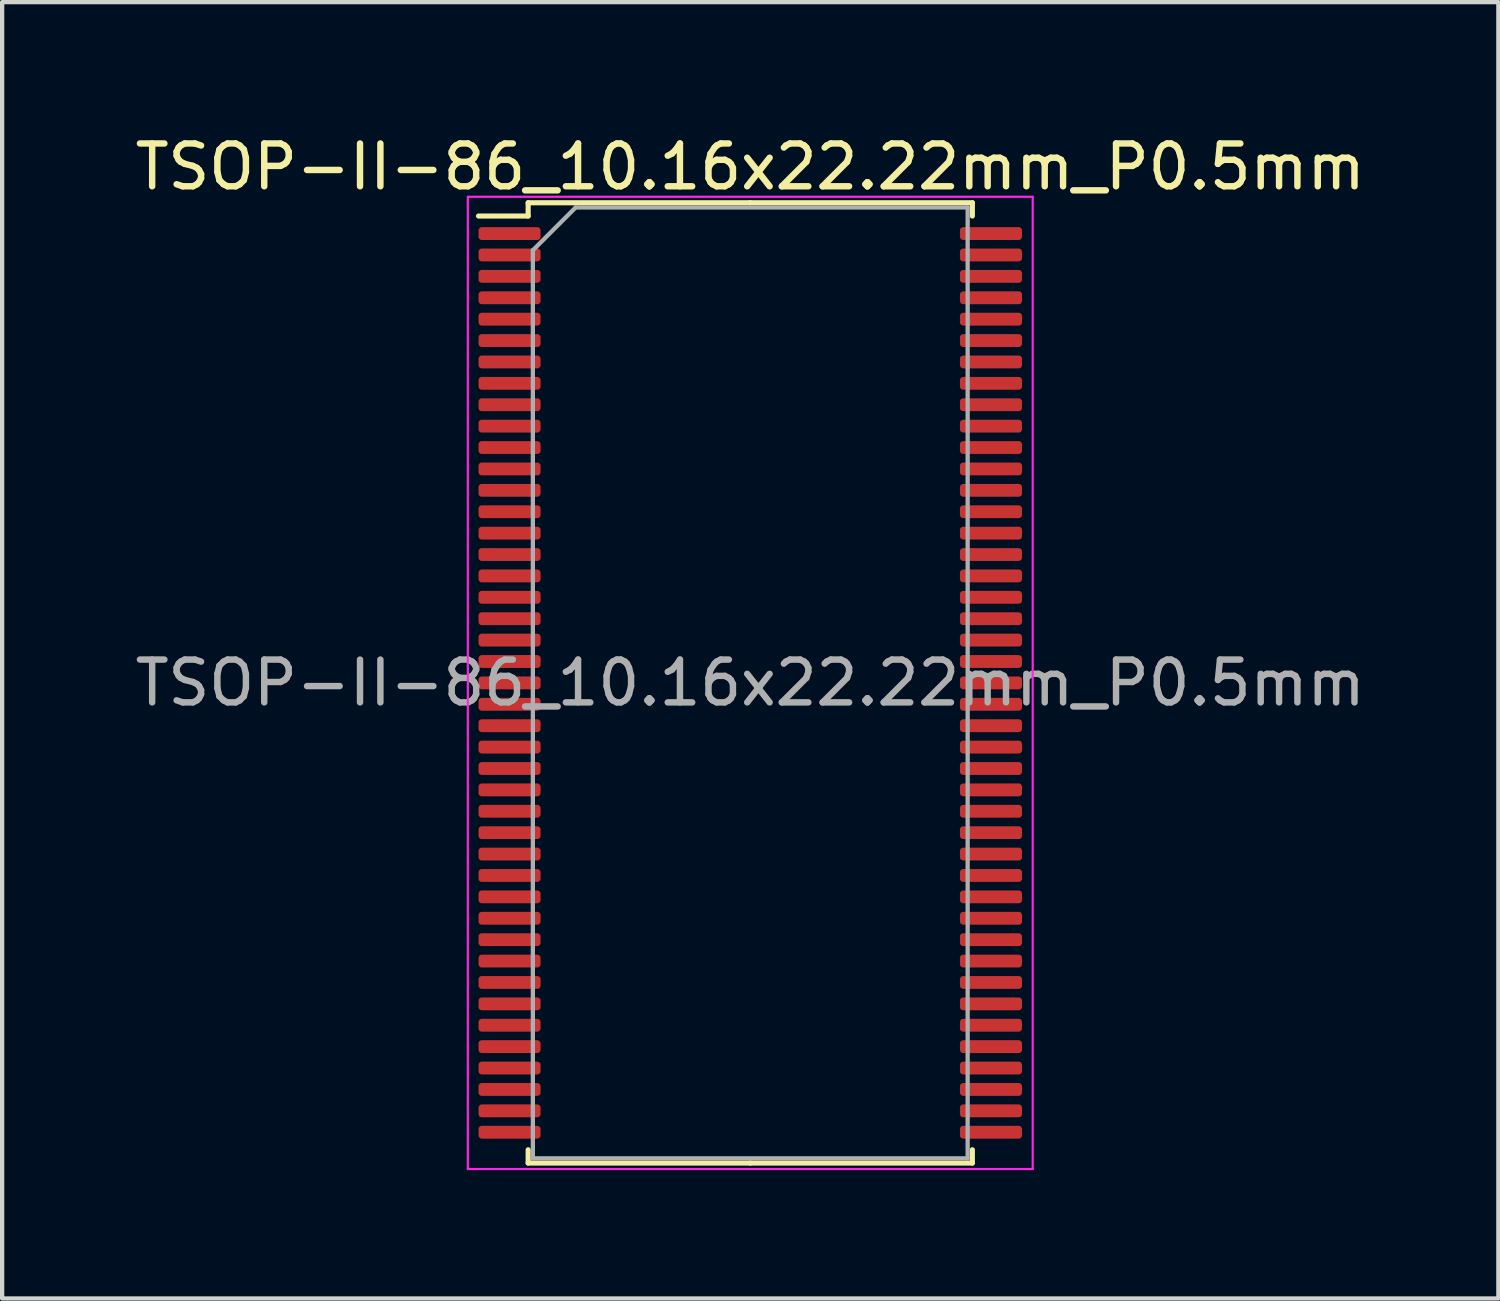
<source format=kicad_pcb>
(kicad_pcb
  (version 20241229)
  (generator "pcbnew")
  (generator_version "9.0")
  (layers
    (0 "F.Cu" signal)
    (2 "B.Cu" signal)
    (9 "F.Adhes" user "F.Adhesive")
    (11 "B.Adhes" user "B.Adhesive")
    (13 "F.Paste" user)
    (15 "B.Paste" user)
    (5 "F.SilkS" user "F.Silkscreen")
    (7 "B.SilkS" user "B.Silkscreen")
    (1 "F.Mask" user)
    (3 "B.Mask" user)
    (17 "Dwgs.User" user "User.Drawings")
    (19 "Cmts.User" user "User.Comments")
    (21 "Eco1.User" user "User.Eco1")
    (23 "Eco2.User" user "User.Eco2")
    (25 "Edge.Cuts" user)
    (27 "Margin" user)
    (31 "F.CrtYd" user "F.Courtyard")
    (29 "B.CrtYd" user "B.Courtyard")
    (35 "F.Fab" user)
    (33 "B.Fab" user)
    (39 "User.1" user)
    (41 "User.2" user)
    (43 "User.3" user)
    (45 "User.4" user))
  (footprint "TSOP-II-86_10.16x22.22mm_P0.5mm"
    (layer "F.Cu")
    (at 14.482 12.908)
    (property "Reference" "TSOP-II-86_10.16x22.22mm_P0.5mm" (at 0 -12.06 0) (layer "F.SilkS") (effects (font (size 1 1) (thickness 0.15))))
    (attr smd)
    (fp_line (start -5.19 -11.22) (end -5.19 -10.91) (stroke (width 0.12) (type solid)) (layer "F.SilkS"))
    (fp_line (start -5.19 -10.91) (end -6.35 -10.91) (stroke (width 0.12) (type solid)) (layer "F.SilkS"))
    (fp_line (start -5.19 11.22) (end -5.19 10.91) (stroke (width 0.12) (type solid)) (layer "F.SilkS"))
    (fp_line (start 0 -11.22) (end -5.19 -11.22) (stroke (width 0.12) (type solid)) (layer "F.SilkS"))
    (fp_line (start 0 -11.22) (end 5.19 -11.22) (stroke (width 0.12) (type solid)) (layer "F.SilkS"))
    (fp_line (start 0 11.22) (end -5.19 11.22) (stroke (width 0.12) (type solid)) (layer "F.SilkS"))
    (fp_line (start 0 11.22) (end 5.19 11.22) (stroke (width 0.12) (type solid)) (layer "F.SilkS"))
    (fp_line (start 5.19 -11.22) (end 5.19 -10.91) (stroke (width 0.12) (type solid)) (layer "F.SilkS"))
    (fp_line (start 5.19 11.22) (end 5.19 10.91) (stroke (width 0.12) (type solid)) (layer "F.SilkS"))
    (fp_line (start -6.6 -11.36) (end -6.6 11.36) (stroke (width 0.05) (type solid)) (layer "F.CrtYd"))
    (fp_line (start -6.6 11.36) (end 6.6 11.36) (stroke (width 0.05) (type solid)) (layer "F.CrtYd"))
    (fp_line (start 6.6 -11.36) (end -6.6 -11.36) (stroke (width 0.05) (type solid)) (layer "F.CrtYd"))
    (fp_line (start 6.6 11.36) (end 6.6 -11.36) (stroke (width 0.05) (type solid)) (layer "F.CrtYd"))
    (fp_line (start -5.08 -10.11) (end -4.08 -11.11) (stroke (width 0.1) (type solid)) (layer "F.Fab"))
    (fp_line (start -5.08 11.11) (end -5.08 -10.11) (stroke (width 0.1) (type solid)) (layer "F.Fab"))
    (fp_line (start -4.08 -11.11) (end 5.08 -11.11) (stroke (width 0.1) (type solid)) (layer "F.Fab"))
    (fp_line (start 5.08 -11.11) (end 5.08 11.11) (stroke (width 0.1) (type solid)) (layer "F.Fab"))
    (fp_line (start 5.08 11.11) (end -5.08 11.11) (stroke (width 0.1) (type solid)) (layer "F.Fab"))
    (fp_text user "${REFERENCE}" (at 0 0 0) (layer "F.Fab") (effects (font (size 1 1) (thickness 0.15))))
    (pad "1" smd roundrect (at -5.625 -10.5) (size 1.45 0.3) (layers "F.Cu" "F.Mask" "F.Paste") (roundrect_rratio 0.25))
    (pad "2" smd roundrect (at -5.625 -10) (size 1.45 0.3) (layers "F.Cu" "F.Mask" "F.Paste") (roundrect_rratio 0.25))
    (pad "3" smd roundrect (at -5.625 -9.5) (size 1.45 0.3) (layers "F.Cu" "F.Mask" "F.Paste") (roundrect_rratio 0.25))
    (pad "4" smd roundrect (at -5.625 -9) (size 1.45 0.3) (layers "F.Cu" "F.Mask" "F.Paste") (roundrect_rratio 0.25))
    (pad "5" smd roundrect (at -5.625 -8.5) (size 1.45 0.3) (layers "F.Cu" "F.Mask" "F.Paste") (roundrect_rratio 0.25))
    (pad "6" smd roundrect (at -5.625 -8) (size 1.45 0.3) (layers "F.Cu" "F.Mask" "F.Paste") (roundrect_rratio 0.25))
    (pad "7" smd roundrect (at -5.625 -7.5) (size 1.45 0.3) (layers "F.Cu" "F.Mask" "F.Paste") (roundrect_rratio 0.25))
    (pad "8" smd roundrect (at -5.625 -7) (size 1.45 0.3) (layers "F.Cu" "F.Mask" "F.Paste") (roundrect_rratio 0.25))
    (pad "9" smd roundrect (at -5.625 -6.5) (size 1.45 0.3) (layers "F.Cu" "F.Mask" "F.Paste") (roundrect_rratio 0.25))
    (pad "10" smd roundrect (at -5.625 -6) (size 1.45 0.3) (layers "F.Cu" "F.Mask" "F.Paste") (roundrect_rratio 0.25))
    (pad "11" smd roundrect (at -5.625 -5.5) (size 1.45 0.3) (layers "F.Cu" "F.Mask" "F.Paste") (roundrect_rratio 0.25))
    (pad "12" smd roundrect (at -5.625 -5) (size 1.45 0.3) (layers "F.Cu" "F.Mask" "F.Paste") (roundrect_rratio 0.25))
    (pad "13" smd roundrect (at -5.625 -4.5) (size 1.45 0.3) (layers "F.Cu" "F.Mask" "F.Paste") (roundrect_rratio 0.25))
    (pad "14" smd roundrect (at -5.625 -4) (size 1.45 0.3) (layers "F.Cu" "F.Mask" "F.Paste") (roundrect_rratio 0.25))
    (pad "15" smd roundrect (at -5.625 -3.5) (size 1.45 0.3) (layers "F.Cu" "F.Mask" "F.Paste") (roundrect_rratio 0.25))
    (pad "16" smd roundrect (at -5.625 -3) (size 1.45 0.3) (layers "F.Cu" "F.Mask" "F.Paste") (roundrect_rratio 0.25))
    (pad "17" smd roundrect (at -5.625 -2.5) (size 1.45 0.3) (layers "F.Cu" "F.Mask" "F.Paste") (roundrect_rratio 0.25))
    (pad "18" smd roundrect (at -5.625 -2) (size 1.45 0.3) (layers "F.Cu" "F.Mask" "F.Paste") (roundrect_rratio 0.25))
    (pad "19" smd roundrect (at -5.625 -1.5) (size 1.45 0.3) (layers "F.Cu" "F.Mask" "F.Paste") (roundrect_rratio 0.25))
    (pad "20" smd roundrect (at -5.625 -1) (size 1.45 0.3) (layers "F.Cu" "F.Mask" "F.Paste") (roundrect_rratio 0.25))
    (pad "21" smd roundrect (at -5.625 -0.5) (size 1.45 0.3) (layers "F.Cu" "F.Mask" "F.Paste") (roundrect_rratio 0.25))
    (pad "22" smd roundrect (at -5.625 0) (size 1.45 0.3) (layers "F.Cu" "F.Mask" "F.Paste") (roundrect_rratio 0.25))
    (pad "23" smd roundrect (at -5.625 0.5) (size 1.45 0.3) (layers "F.Cu" "F.Mask" "F.Paste") (roundrect_rratio 0.25))
    (pad "24" smd roundrect (at -5.625 1) (size 1.45 0.3) (layers "F.Cu" "F.Mask" "F.Paste") (roundrect_rratio 0.25))
    (pad "25" smd roundrect (at -5.625 1.5) (size 1.45 0.3) (layers "F.Cu" "F.Mask" "F.Paste") (roundrect_rratio 0.25))
    (pad "26" smd roundrect (at -5.625 2) (size 1.45 0.3) (layers "F.Cu" "F.Mask" "F.Paste") (roundrect_rratio 0.25))
    (pad "27" smd roundrect (at -5.625 2.5) (size 1.45 0.3) (layers "F.Cu" "F.Mask" "F.Paste") (roundrect_rratio 0.25))
    (pad "28" smd roundrect (at -5.625 3) (size 1.45 0.3) (layers "F.Cu" "F.Mask" "F.Paste") (roundrect_rratio 0.25))
    (pad "29" smd roundrect (at -5.625 3.5) (size 1.45 0.3) (layers "F.Cu" "F.Mask" "F.Paste") (roundrect_rratio 0.25))
    (pad "30" smd roundrect (at -5.625 4) (size 1.45 0.3) (layers "F.Cu" "F.Mask" "F.Paste") (roundrect_rratio 0.25))
    (pad "31" smd roundrect (at -5.625 4.5) (size 1.45 0.3) (layers "F.Cu" "F.Mask" "F.Paste") (roundrect_rratio 0.25))
    (pad "32" smd roundrect (at -5.625 5) (size 1.45 0.3) (layers "F.Cu" "F.Mask" "F.Paste") (roundrect_rratio 0.25))
    (pad "33" smd roundrect (at -5.625 5.5) (size 1.45 0.3) (layers "F.Cu" "F.Mask" "F.Paste") (roundrect_rratio 0.25))
    (pad "34" smd roundrect (at -5.625 6) (size 1.45 0.3) (layers "F.Cu" "F.Mask" "F.Paste") (roundrect_rratio 0.25))
    (pad "35" smd roundrect (at -5.625 6.5) (size 1.45 0.3) (layers "F.Cu" "F.Mask" "F.Paste") (roundrect_rratio 0.25))
    (pad "36" smd roundrect (at -5.625 7) (size 1.45 0.3) (layers "F.Cu" "F.Mask" "F.Paste") (roundrect_rratio 0.25))
    (pad "37" smd roundrect (at -5.625 7.5) (size 1.45 0.3) (layers "F.Cu" "F.Mask" "F.Paste") (roundrect_rratio 0.25))
    (pad "38" smd roundrect (at -5.625 8) (size 1.45 0.3) (layers "F.Cu" "F.Mask" "F.Paste") (roundrect_rratio 0.25))
    (pad "39" smd roundrect (at -5.625 8.5) (size 1.45 0.3) (layers "F.Cu" "F.Mask" "F.Paste") (roundrect_rratio 0.25))
    (pad "40" smd roundrect (at -5.625 9) (size 1.45 0.3) (layers "F.Cu" "F.Mask" "F.Paste") (roundrect_rratio 0.25))
    (pad "41" smd roundrect (at -5.625 9.5) (size 1.45 0.3) (layers "F.Cu" "F.Mask" "F.Paste") (roundrect_rratio 0.25))
    (pad "42" smd roundrect (at -5.625 10) (size 1.45 0.3) (layers "F.Cu" "F.Mask" "F.Paste") (roundrect_rratio 0.25))
    (pad "43" smd roundrect (at -5.625 10.5) (size 1.45 0.3) (layers "F.Cu" "F.Mask" "F.Paste") (roundrect_rratio 0.25))
    (pad "44" smd roundrect (at 5.625 10.5) (size 1.45 0.3) (layers "F.Cu" "F.Mask" "F.Paste") (roundrect_rratio 0.25))
    (pad "45" smd roundrect (at 5.625 10) (size 1.45 0.3) (layers "F.Cu" "F.Mask" "F.Paste") (roundrect_rratio 0.25))
    (pad "46" smd roundrect (at 5.625 9.5) (size 1.45 0.3) (layers "F.Cu" "F.Mask" "F.Paste") (roundrect_rratio 0.25))
    (pad "47" smd roundrect (at 5.625 9) (size 1.45 0.3) (layers "F.Cu" "F.Mask" "F.Paste") (roundrect_rratio 0.25))
    (pad "48" smd roundrect (at 5.625 8.5) (size 1.45 0.3) (layers "F.Cu" "F.Mask" "F.Paste") (roundrect_rratio 0.25))
    (pad "49" smd roundrect (at 5.625 8) (size 1.45 0.3) (layers "F.Cu" "F.Mask" "F.Paste") (roundrect_rratio 0.25))
    (pad "50" smd roundrect (at 5.625 7.5) (size 1.45 0.3) (layers "F.Cu" "F.Mask" "F.Paste") (roundrect_rratio 0.25))
    (pad "51" smd roundrect (at 5.625 7) (size 1.45 0.3) (layers "F.Cu" "F.Mask" "F.Paste") (roundrect_rratio 0.25))
    (pad "52" smd roundrect (at 5.625 6.5) (size 1.45 0.3) (layers "F.Cu" "F.Mask" "F.Paste") (roundrect_rratio 0.25))
    (pad "53" smd roundrect (at 5.625 6) (size 1.45 0.3) (layers "F.Cu" "F.Mask" "F.Paste") (roundrect_rratio 0.25))
    (pad "54" smd roundrect (at 5.625 5.5) (size 1.45 0.3) (layers "F.Cu" "F.Mask" "F.Paste") (roundrect_rratio 0.25))
    (pad "55" smd roundrect (at 5.625 5) (size 1.45 0.3) (layers "F.Cu" "F.Mask" "F.Paste") (roundrect_rratio 0.25))
    (pad "56" smd roundrect (at 5.625 4.5) (size 1.45 0.3) (layers "F.Cu" "F.Mask" "F.Paste") (roundrect_rratio 0.25))
    (pad "57" smd roundrect (at 5.625 4) (size 1.45 0.3) (layers "F.Cu" "F.Mask" "F.Paste") (roundrect_rratio 0.25))
    (pad "58" smd roundrect (at 5.625 3.5) (size 1.45 0.3) (layers "F.Cu" "F.Mask" "F.Paste") (roundrect_rratio 0.25))
    (pad "59" smd roundrect (at 5.625 3) (size 1.45 0.3) (layers "F.Cu" "F.Mask" "F.Paste") (roundrect_rratio 0.25))
    (pad "60" smd roundrect (at 5.625 2.5) (size 1.45 0.3) (layers "F.Cu" "F.Mask" "F.Paste") (roundrect_rratio 0.25))
    (pad "61" smd roundrect (at 5.625 2) (size 1.45 0.3) (layers "F.Cu" "F.Mask" "F.Paste") (roundrect_rratio 0.25))
    (pad "62" smd roundrect (at 5.625 1.5) (size 1.45 0.3) (layers "F.Cu" "F.Mask" "F.Paste") (roundrect_rratio 0.25))
    (pad "63" smd roundrect (at 5.625 1) (size 1.45 0.3) (layers "F.Cu" "F.Mask" "F.Paste") (roundrect_rratio 0.25))
    (pad "64" smd roundrect (at 5.625 0.5) (size 1.45 0.3) (layers "F.Cu" "F.Mask" "F.Paste") (roundrect_rratio 0.25))
    (pad "65" smd roundrect (at 5.625 0) (size 1.45 0.3) (layers "F.Cu" "F.Mask" "F.Paste") (roundrect_rratio 0.25))
    (pad "66" smd roundrect (at 5.625 -0.5) (size 1.45 0.3) (layers "F.Cu" "F.Mask" "F.Paste") (roundrect_rratio 0.25))
    (pad "67" smd roundrect (at 5.625 -1) (size 1.45 0.3) (layers "F.Cu" "F.Mask" "F.Paste") (roundrect_rratio 0.25))
    (pad "68" smd roundrect (at 5.625 -1.5) (size 1.45 0.3) (layers "F.Cu" "F.Mask" "F.Paste") (roundrect_rratio 0.25))
    (pad "69" smd roundrect (at 5.625 -2) (size 1.45 0.3) (layers "F.Cu" "F.Mask" "F.Paste") (roundrect_rratio 0.25))
    (pad "70" smd roundrect (at 5.625 -2.5) (size 1.45 0.3) (layers "F.Cu" "F.Mask" "F.Paste") (roundrect_rratio 0.25))
    (pad "71" smd roundrect (at 5.625 -3) (size 1.45 0.3) (layers "F.Cu" "F.Mask" "F.Paste") (roundrect_rratio 0.25))
    (pad "72" smd roundrect (at 5.625 -3.5) (size 1.45 0.3) (layers "F.Cu" "F.Mask" "F.Paste") (roundrect_rratio 0.25))
    (pad "73" smd roundrect (at 5.625 -4) (size 1.45 0.3) (layers "F.Cu" "F.Mask" "F.Paste") (roundrect_rratio 0.25))
    (pad "74" smd roundrect (at 5.625 -4.5) (size 1.45 0.3) (layers "F.Cu" "F.Mask" "F.Paste") (roundrect_rratio 0.25))
    (pad "75" smd roundrect (at 5.625 -5) (size 1.45 0.3) (layers "F.Cu" "F.Mask" "F.Paste") (roundrect_rratio 0.25))
    (pad "76" smd roundrect (at 5.625 -5.5) (size 1.45 0.3) (layers "F.Cu" "F.Mask" "F.Paste") (roundrect_rratio 0.25))
    (pad "77" smd roundrect (at 5.625 -6) (size 1.45 0.3) (layers "F.Cu" "F.Mask" "F.Paste") (roundrect_rratio 0.25))
    (pad "78" smd roundrect (at 5.625 -6.5) (size 1.45 0.3) (layers "F.Cu" "F.Mask" "F.Paste") (roundrect_rratio 0.25))
    (pad "79" smd roundrect (at 5.625 -7) (size 1.45 0.3) (layers "F.Cu" "F.Mask" "F.Paste") (roundrect_rratio 0.25))
    (pad "80" smd roundrect (at 5.625 -7.5) (size 1.45 0.3) (layers "F.Cu" "F.Mask" "F.Paste") (roundrect_rratio 0.25))
    (pad "81" smd roundrect (at 5.625 -8) (size 1.45 0.3) (layers "F.Cu" "F.Mask" "F.Paste") (roundrect_rratio 0.25))
    (pad "82" smd roundrect (at 5.625 -8.5) (size 1.45 0.3) (layers "F.Cu" "F.Mask" "F.Paste") (roundrect_rratio 0.25))
    (pad "83" smd roundrect (at 5.625 -9) (size 1.45 0.3) (layers "F.Cu" "F.Mask" "F.Paste") (roundrect_rratio 0.25))
    (pad "84" smd roundrect (at 5.625 -9.5) (size 1.45 0.3) (layers "F.Cu" "F.Mask" "F.Paste") (roundrect_rratio 0.25))
    (pad "85" smd roundrect (at 5.625 -10) (size 1.45 0.3) (layers "F.Cu" "F.Mask" "F.Paste") (roundrect_rratio 0.25))
    (pad "86" smd roundrect (at 5.625 -10.5) (size 1.45 0.3) (layers "F.Cu" "F.Mask" "F.Paste") (roundrect_rratio 0.25)))
  (gr_rect
    (start -3 -3)
    (end 31.964 27.293)
    (stroke (width 0.1) (type default))
    (fill no)
    (layer "Edge.Cuts")))
</source>
